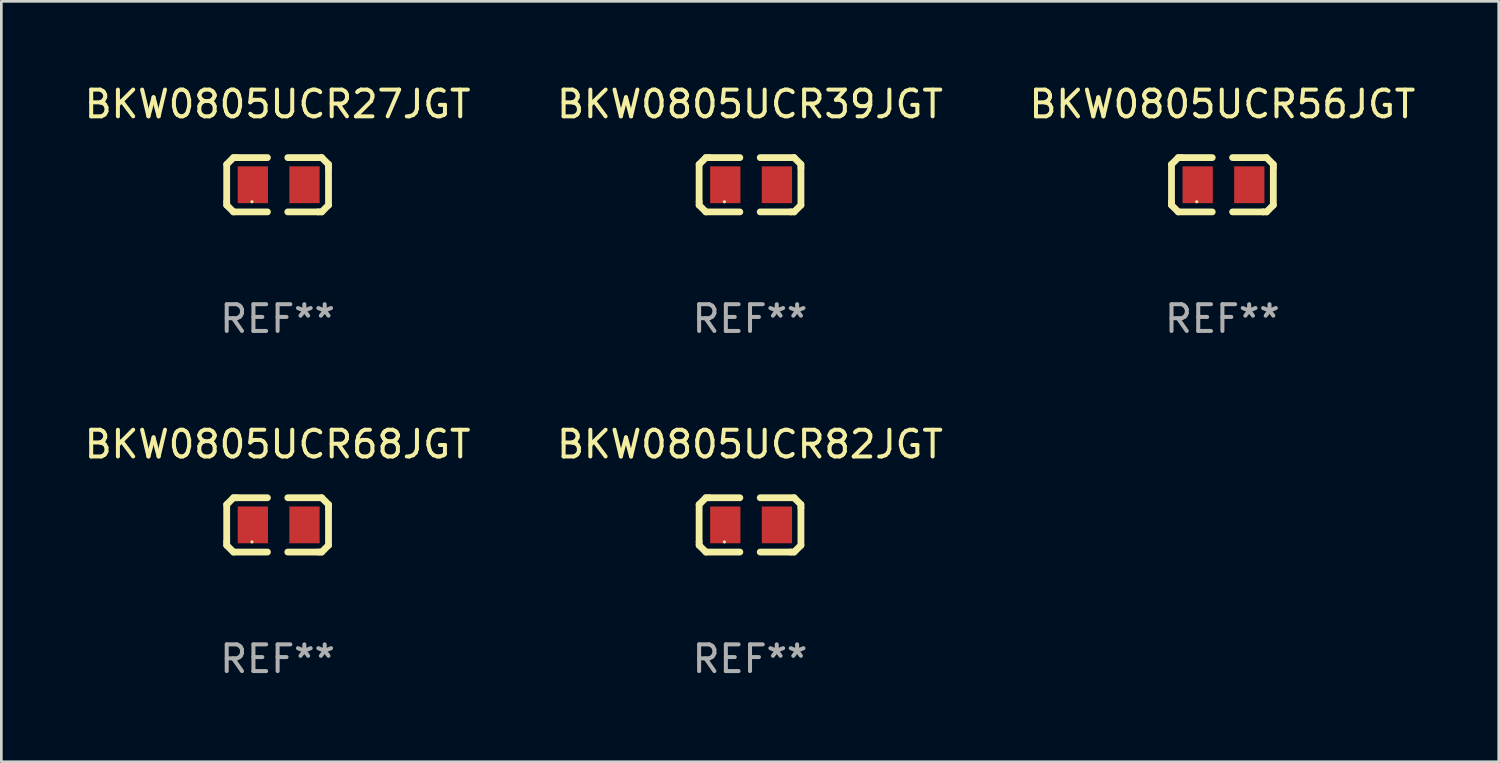
<source format=kicad_pcb>
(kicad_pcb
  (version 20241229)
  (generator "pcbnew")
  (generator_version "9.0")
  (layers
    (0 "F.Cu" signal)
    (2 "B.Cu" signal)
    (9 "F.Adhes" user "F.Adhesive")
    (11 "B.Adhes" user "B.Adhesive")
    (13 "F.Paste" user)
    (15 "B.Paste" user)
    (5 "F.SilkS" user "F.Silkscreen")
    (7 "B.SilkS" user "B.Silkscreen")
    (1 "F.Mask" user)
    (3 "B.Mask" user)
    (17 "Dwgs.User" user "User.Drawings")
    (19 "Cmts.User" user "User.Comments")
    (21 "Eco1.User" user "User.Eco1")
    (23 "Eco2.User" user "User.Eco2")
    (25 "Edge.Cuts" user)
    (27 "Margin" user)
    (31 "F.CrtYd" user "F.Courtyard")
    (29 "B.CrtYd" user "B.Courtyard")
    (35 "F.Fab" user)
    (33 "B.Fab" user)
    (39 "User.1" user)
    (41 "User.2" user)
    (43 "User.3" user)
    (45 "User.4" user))
  (footprint "BKW0805UCR39JGT"
    (layer "F.Cu")
    (at 25.018 3.864)
    (property "Reference" "BKW0805UCR39JGT" (at 0 -3.016 0) (layer "F.SilkS") (effects (font (size 1 1) (thickness 0.15))))
    (attr through_hole)
    (fp_line (start -1.905 -0.762) (end -1.905 0.635) (stroke (width 0.254) (type solid)) (layer "F.SilkS"))
    (fp_line (start -1.905 0.635) (end -1.905 0.762) (stroke (width 0.254) (type solid)) (layer "F.SilkS"))
    (fp_line (start -1.905 0.762) (end -1.651 1.016) (stroke (width 0.254) (type solid)) (layer "F.SilkS"))
    (fp_line (start -1.651 -1.016) (end -1.905 -0.762) (stroke (width 0.254) (type solid)) (layer "F.SilkS"))
    (fp_line (start -1.651 1.016) (end -0.381 1.016) (stroke (width 0.254) (type solid)) (layer "F.SilkS"))
    (fp_line (start -1.524 -1.016) (end -1.651 -1.016) (stroke (width 0.254) (type solid)) (layer "F.SilkS"))
    (fp_line (start -0.381 -1.016) (end -1.524 -1.016) (stroke (width 0.254) (type solid)) (layer "F.SilkS"))
    (fp_line (start 0.381 1.016) (end 1.524 1.016) (stroke (width 0.254) (type solid)) (layer "F.SilkS"))
    (fp_line (start 1.524 1.016) (end 1.651 1.016) (stroke (width 0.254) (type solid)) (layer "F.SilkS"))
    (fp_line (start 1.651 -1.016) (end 0.381 -1.016) (stroke (width 0.254) (type solid)) (layer "F.SilkS"))
    (fp_line (start 1.651 1.016) (end 1.905 0.762) (stroke (width 0.254) (type solid)) (layer "F.SilkS"))
    (fp_line (start 1.905 -0.762) (end 1.651 -1.016) (stroke (width 0.254) (type solid)) (layer "F.SilkS"))
    (fp_line (start 1.905 -0.635) (end 1.905 -0.762) (stroke (width 0.254) (type solid)) (layer "F.SilkS"))
    (fp_line (start 1.905 0.762) (end 1.905 -0.635) (stroke (width 0.254) (type solid)) (layer "F.SilkS"))
    (fp_circle (center -0.96 0.637) (end -0.93 0.637) (stroke (width 0.06) (type solid)) (fill no) (layer "F.SilkS"))
    (fp_text user "REF**" (at 0 5.016 0) (layer "F.Fab") (effects (font (size 1 1) (thickness 0.15))))
    (pad "1" smd rect (at -0.926 -0.000051) (size 1.133 1.377) (layers "F.Cu" "F.Mask" "F.Paste"))
    (pad "2" smd rect (at 1.006 -0.000051) (size 1.133 1.377) (layers "F.Cu" "F.Mask" "F.Paste")))
  (footprint "BKW0805UCR27JGT"
    (layer "F.Cu")
    (at 7.339 3.864)
    (property "Reference" "BKW0805UCR27JGT" (at 0 -3.016 0) (layer "F.SilkS") (effects (font (size 1 1) (thickness 0.15))))
    (attr through_hole)
    (fp_line (start -1.905 -0.762) (end -1.905 0.635) (stroke (width 0.254) (type solid)) (layer "F.SilkS"))
    (fp_line (start -1.905 0.635) (end -1.905 0.762) (stroke (width 0.254) (type solid)) (layer "F.SilkS"))
    (fp_line (start -1.905 0.762) (end -1.651 1.016) (stroke (width 0.254) (type solid)) (layer "F.SilkS"))
    (fp_line (start -1.651 -1.016) (end -1.905 -0.762) (stroke (width 0.254) (type solid)) (layer "F.SilkS"))
    (fp_line (start -1.651 1.016) (end -0.381 1.016) (stroke (width 0.254) (type solid)) (layer "F.SilkS"))
    (fp_line (start -1.524 -1.016) (end -1.651 -1.016) (stroke (width 0.254) (type solid)) (layer "F.SilkS"))
    (fp_line (start -0.381 -1.016) (end -1.524 -1.016) (stroke (width 0.254) (type solid)) (layer "F.SilkS"))
    (fp_line (start 0.381 1.016) (end 1.524 1.016) (stroke (width 0.254) (type solid)) (layer "F.SilkS"))
    (fp_line (start 1.524 1.016) (end 1.651 1.016) (stroke (width 0.254) (type solid)) (layer "F.SilkS"))
    (fp_line (start 1.651 -1.016) (end 0.381 -1.016) (stroke (width 0.254) (type solid)) (layer "F.SilkS"))
    (fp_line (start 1.651 1.016) (end 1.905 0.762) (stroke (width 0.254) (type solid)) (layer "F.SilkS"))
    (fp_line (start 1.905 -0.762) (end 1.651 -1.016) (stroke (width 0.254) (type solid)) (layer "F.SilkS"))
    (fp_line (start 1.905 -0.635) (end 1.905 -0.762) (stroke (width 0.254) (type solid)) (layer "F.SilkS"))
    (fp_line (start 1.905 0.762) (end 1.905 -0.635) (stroke (width 0.254) (type solid)) (layer "F.SilkS"))
    (fp_circle (center -0.96 0.637) (end -0.93 0.637) (stroke (width 0.06) (type solid)) (fill no) (layer "F.SilkS"))
    (fp_text user "REF**" (at 0 5.016 0) (layer "F.Fab") (effects (font (size 1 1) (thickness 0.15))))
    (pad "1" smd rect (at -0.926 -0.000051) (size 1.133 1.377) (layers "F.Cu" "F.Mask" "F.Paste"))
    (pad "2" smd rect (at 1.006 -0.000051) (size 1.133 1.377) (layers "F.Cu" "F.Mask" "F.Paste")))
  (footprint "BKW0805UCR56JGT"
    (layer "F.Cu")
    (at 42.696 3.864)
    (property "Reference" "BKW0805UCR56JGT" (at 0 -3.016 0) (layer "F.SilkS") (effects (font (size 1 1) (thickness 0.15))))
    (attr through_hole)
    (fp_line (start -1.905 -0.762) (end -1.905 0.635) (stroke (width 0.254) (type solid)) (layer "F.SilkS"))
    (fp_line (start -1.905 0.635) (end -1.905 0.762) (stroke (width 0.254) (type solid)) (layer "F.SilkS"))
    (fp_line (start -1.905 0.762) (end -1.651 1.016) (stroke (width 0.254) (type solid)) (layer "F.SilkS"))
    (fp_line (start -1.651 -1.016) (end -1.905 -0.762) (stroke (width 0.254) (type solid)) (layer "F.SilkS"))
    (fp_line (start -1.651 1.016) (end -0.381 1.016) (stroke (width 0.254) (type solid)) (layer "F.SilkS"))
    (fp_line (start -1.524 -1.016) (end -1.651 -1.016) (stroke (width 0.254) (type solid)) (layer "F.SilkS"))
    (fp_line (start -0.381 -1.016) (end -1.524 -1.016) (stroke (width 0.254) (type solid)) (layer "F.SilkS"))
    (fp_line (start 0.381 1.016) (end 1.524 1.016) (stroke (width 0.254) (type solid)) (layer "F.SilkS"))
    (fp_line (start 1.524 1.016) (end 1.651 1.016) (stroke (width 0.254) (type solid)) (layer "F.SilkS"))
    (fp_line (start 1.651 -1.016) (end 0.381 -1.016) (stroke (width 0.254) (type solid)) (layer "F.SilkS"))
    (fp_line (start 1.651 1.016) (end 1.905 0.762) (stroke (width 0.254) (type solid)) (layer "F.SilkS"))
    (fp_line (start 1.905 -0.762) (end 1.651 -1.016) (stroke (width 0.254) (type solid)) (layer "F.SilkS"))
    (fp_line (start 1.905 -0.635) (end 1.905 -0.762) (stroke (width 0.254) (type solid)) (layer "F.SilkS"))
    (fp_line (start 1.905 0.762) (end 1.905 -0.635) (stroke (width 0.254) (type solid)) (layer "F.SilkS"))
    (fp_circle (center -0.96 0.637) (end -0.93 0.637) (stroke (width 0.06) (type solid)) (fill no) (layer "F.SilkS"))
    (fp_text user "REF**" (at 0 5.016 0) (layer "F.Fab") (effects (font (size 1 1) (thickness 0.15))))
    (pad "1" smd rect (at -0.926 -0.000051) (size 1.133 1.377) (layers "F.Cu" "F.Mask" "F.Paste"))
    (pad "2" smd rect (at 1.006 -0.000051) (size 1.133 1.377) (layers "F.Cu" "F.Mask" "F.Paste")))
  (footprint "BKW0805UCR68JGT"
    (layer "F.Cu")
    (at 7.339 16.593)
    (property "Reference" "BKW0805UCR68JGT" (at 0 -3.016 0) (layer "F.SilkS") (effects (font (size 1 1) (thickness 0.15))))
    (attr through_hole)
    (fp_line (start -1.905 -0.762) (end -1.905 0.635) (stroke (width 0.254) (type solid)) (layer "F.SilkS"))
    (fp_line (start -1.905 0.635) (end -1.905 0.762) (stroke (width 0.254) (type solid)) (layer "F.SilkS"))
    (fp_line (start -1.905 0.762) (end -1.651 1.016) (stroke (width 0.254) (type solid)) (layer "F.SilkS"))
    (fp_line (start -1.651 -1.016) (end -1.905 -0.762) (stroke (width 0.254) (type solid)) (layer "F.SilkS"))
    (fp_line (start -1.651 1.016) (end -0.381 1.016) (stroke (width 0.254) (type solid)) (layer "F.SilkS"))
    (fp_line (start -1.524 -1.016) (end -1.651 -1.016) (stroke (width 0.254) (type solid)) (layer "F.SilkS"))
    (fp_line (start -0.381 -1.016) (end -1.524 -1.016) (stroke (width 0.254) (type solid)) (layer "F.SilkS"))
    (fp_line (start 0.381 1.016) (end 1.524 1.016) (stroke (width 0.254) (type solid)) (layer "F.SilkS"))
    (fp_line (start 1.524 1.016) (end 1.651 1.016) (stroke (width 0.254) (type solid)) (layer "F.SilkS"))
    (fp_line (start 1.651 -1.016) (end 0.381 -1.016) (stroke (width 0.254) (type solid)) (layer "F.SilkS"))
    (fp_line (start 1.651 1.016) (end 1.905 0.762) (stroke (width 0.254) (type solid)) (layer "F.SilkS"))
    (fp_line (start 1.905 -0.762) (end 1.651 -1.016) (stroke (width 0.254) (type solid)) (layer "F.SilkS"))
    (fp_line (start 1.905 -0.635) (end 1.905 -0.762) (stroke (width 0.254) (type solid)) (layer "F.SilkS"))
    (fp_line (start 1.905 0.762) (end 1.905 -0.635) (stroke (width 0.254) (type solid)) (layer "F.SilkS"))
    (fp_circle (center -0.96 0.637) (end -0.93 0.637) (stroke (width 0.06) (type solid)) (fill no) (layer "F.SilkS"))
    (fp_text user "REF**" (at 0 5.016 0) (layer "F.Fab") (effects (font (size 1 1) (thickness 0.15))))
    (pad "1" smd rect (at -0.926 -0.000051) (size 1.133 1.377) (layers "F.Cu" "F.Mask" "F.Paste"))
    (pad "2" smd rect (at 1.006 -0.000051) (size 1.133 1.377) (layers "F.Cu" "F.Mask" "F.Paste")))
  (footprint "BKW0805UCR82JGT"
    (layer "F.Cu")
    (at 25.018 16.593)
    (property "Reference" "BKW0805UCR82JGT" (at 0 -3.016 0) (layer "F.SilkS") (effects (font (size 1 1) (thickness 0.15))))
    (attr through_hole)
    (fp_line (start -1.905 -0.762) (end -1.905 0.635) (stroke (width 0.254) (type solid)) (layer "F.SilkS"))
    (fp_line (start -1.905 0.635) (end -1.905 0.762) (stroke (width 0.254) (type solid)) (layer "F.SilkS"))
    (fp_line (start -1.905 0.762) (end -1.651 1.016) (stroke (width 0.254) (type solid)) (layer "F.SilkS"))
    (fp_line (start -1.651 -1.016) (end -1.905 -0.762) (stroke (width 0.254) (type solid)) (layer "F.SilkS"))
    (fp_line (start -1.651 1.016) (end -0.381 1.016) (stroke (width 0.254) (type solid)) (layer "F.SilkS"))
    (fp_line (start -1.524 -1.016) (end -1.651 -1.016) (stroke (width 0.254) (type solid)) (layer "F.SilkS"))
    (fp_line (start -0.381 -1.016) (end -1.524 -1.016) (stroke (width 0.254) (type solid)) (layer "F.SilkS"))
    (fp_line (start 0.381 1.016) (end 1.524 1.016) (stroke (width 0.254) (type solid)) (layer "F.SilkS"))
    (fp_line (start 1.524 1.016) (end 1.651 1.016) (stroke (width 0.254) (type solid)) (layer "F.SilkS"))
    (fp_line (start 1.651 -1.016) (end 0.381 -1.016) (stroke (width 0.254) (type solid)) (layer "F.SilkS"))
    (fp_line (start 1.651 1.016) (end 1.905 0.762) (stroke (width 0.254) (type solid)) (layer "F.SilkS"))
    (fp_line (start 1.905 -0.762) (end 1.651 -1.016) (stroke (width 0.254) (type solid)) (layer "F.SilkS"))
    (fp_line (start 1.905 -0.635) (end 1.905 -0.762) (stroke (width 0.254) (type solid)) (layer "F.SilkS"))
    (fp_line (start 1.905 0.762) (end 1.905 -0.635) (stroke (width 0.254) (type solid)) (layer "F.SilkS"))
    (fp_circle (center -0.96 0.637) (end -0.93 0.637) (stroke (width 0.06) (type solid)) (fill no) (layer "F.SilkS"))
    (fp_text user "REF**" (at 0 5.016 0) (layer "F.Fab") (effects (font (size 1 1) (thickness 0.15))))
    (pad "1" smd rect (at -0.926 -0.000051) (size 1.133 1.377) (layers "F.Cu" "F.Mask" "F.Paste"))
    (pad "2" smd rect (at 1.006 -0.000051) (size 1.133 1.377) (layers "F.Cu" "F.Mask" "F.Paste")))
  (gr_rect
    (start -3 -3)
    (end 53.036 25.457)
    (stroke (width 0.1) (type default))
    (fill no)
    (layer "Edge.Cuts")))
</source>
